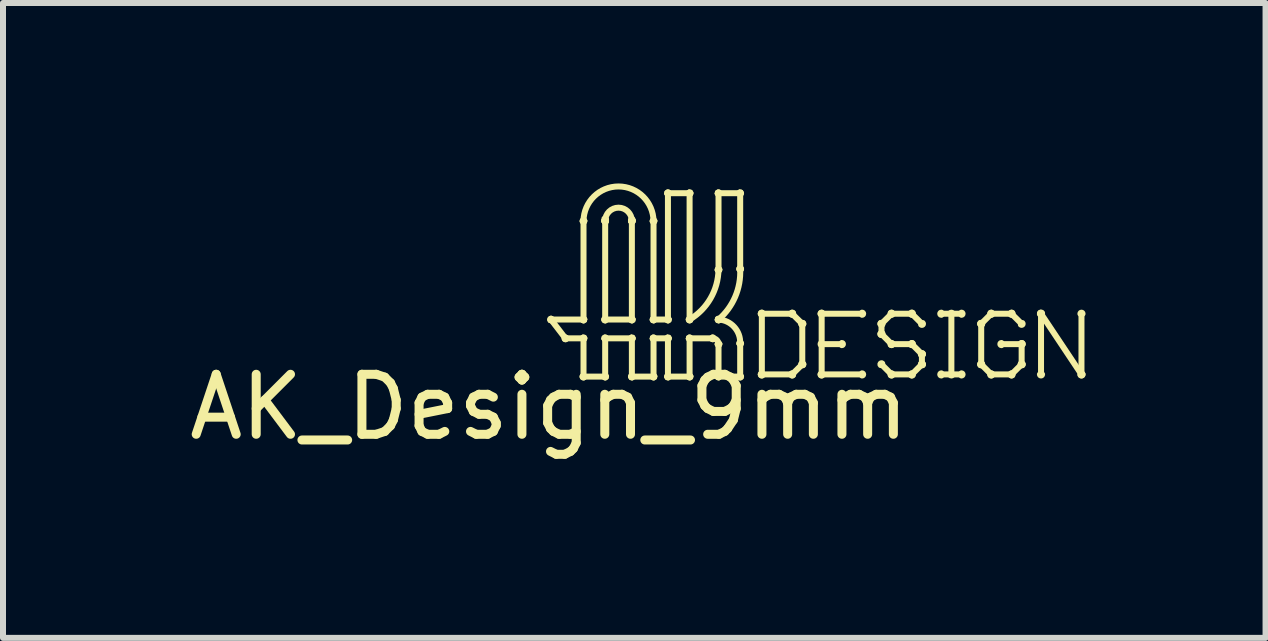
<source format=kicad_pcb>
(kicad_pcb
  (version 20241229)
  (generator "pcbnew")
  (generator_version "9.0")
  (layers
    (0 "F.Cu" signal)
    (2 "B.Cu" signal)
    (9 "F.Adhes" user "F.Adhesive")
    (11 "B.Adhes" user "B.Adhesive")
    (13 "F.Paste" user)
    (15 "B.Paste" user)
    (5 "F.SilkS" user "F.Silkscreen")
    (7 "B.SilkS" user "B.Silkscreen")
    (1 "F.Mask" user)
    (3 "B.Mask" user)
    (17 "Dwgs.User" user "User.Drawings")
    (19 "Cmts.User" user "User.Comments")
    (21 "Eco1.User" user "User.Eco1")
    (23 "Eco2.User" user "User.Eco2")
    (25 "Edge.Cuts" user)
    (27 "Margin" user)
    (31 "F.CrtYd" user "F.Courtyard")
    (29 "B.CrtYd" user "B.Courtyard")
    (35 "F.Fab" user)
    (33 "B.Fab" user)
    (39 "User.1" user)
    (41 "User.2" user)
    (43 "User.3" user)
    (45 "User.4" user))
  (footprint "AK_Design_9mm"
    (layer "F.Cu")
    (at 6.101 3.233)
    (property "Reference" "AK_Design_9mm" (at 0 0.5 0) (layer "F.SilkS") (effects (font (size 1 1) (thickness 0.15))))
    (attr through_hole)
    (fp_line (start 0.032 -0.957) (end 0.273 -0.644) (stroke (width 0.1) (type solid)) (layer "F.SilkS"))
    (fp_line (start 0.273 -0.644) (end 0.574 -0.644) (stroke (width 0.1) (type solid)) (layer "F.SilkS"))
    (fp_line (start 0.574 -2.6) (end 0.574 -0.957) (stroke (width 0.1) (type solid)) (layer "F.SilkS"))
    (fp_line (start 0.574 -0.957) (end 0.032 -0.957) (stroke (width 0.1) (type solid)) (layer "F.SilkS"))
    (fp_line (start 0.574 -0.644) (end 0.574 -0.007) (stroke (width 0.1) (type solid)) (layer "F.SilkS"))
    (fp_line (start 0.574 -0.007) (end 0.935 -0.007) (stroke (width 0.1) (type solid)) (layer "F.SilkS"))
    (fp_line (start 0.935 -2.6) (end 0.935 -2.63) (stroke (width 0.1) (type solid)) (layer "F.SilkS"))
    (fp_line (start 0.935 -0.957) (end 0.935 -2.6) (stroke (width 0.1) (type solid)) (layer "F.SilkS"))
    (fp_line (start 0.935 -0.644) (end 1.38 -0.644) (stroke (width 0.1) (type solid)) (layer "F.SilkS"))
    (fp_line (start 0.935 -0.007) (end 0.935 -0.644) (stroke (width 0.1) (type solid)) (layer "F.SilkS"))
    (fp_line (start 1.38 -2.618) (end 1.38 -2.6) (stroke (width 0.1) (type solid)) (layer "F.SilkS"))
    (fp_line (start 1.38 -2.6) (end 1.38 -0.957) (stroke (width 0.1) (type solid)) (layer "F.SilkS"))
    (fp_line (start 1.38 -0.957) (end 0.935 -0.957) (stroke (width 0.1) (type solid)) (layer "F.SilkS"))
    (fp_line (start 1.38 -0.644) (end 1.38 -0.007) (stroke (width 0.1) (type solid)) (layer "F.SilkS"))
    (fp_line (start 1.38 -0.007) (end 1.741 -0.007) (stroke (width 0.1) (type solid)) (layer "F.SilkS"))
    (fp_line (start 1.741 -0.957) (end 1.741 -2.6) (stroke (width 0.1) (type solid)) (layer "F.SilkS"))
    (fp_line (start 1.741 -0.644) (end 1.981 -0.644) (stroke (width 0.1) (type solid)) (layer "F.SilkS"))
    (fp_line (start 1.741 -0.007) (end 1.741 -0.644) (stroke (width 0.1) (type solid)) (layer "F.SilkS"))
    (fp_line (start 1.981 -3.063) (end 1.981 -0.957) (stroke (width 0.1) (type solid)) (layer "F.SilkS"))
    (fp_line (start 1.981 -0.957) (end 1.741 -0.957) (stroke (width 0.1) (type solid)) (layer "F.SilkS"))
    (fp_line (start 1.981 -0.644) (end 1.981 -0.007) (stroke (width 0.1) (type solid)) (layer "F.SilkS"))
    (fp_line (start 1.981 -0.007) (end 2.342 -0.007) (stroke (width 0.1) (type solid)) (layer "F.SilkS"))
    (fp_line (start 2.342 -3.063) (end 1.981 -3.063) (stroke (width 0.1) (type solid)) (layer "F.SilkS"))
    (fp_line (start 2.342 -0.957) (end 2.342 -3.063) (stroke (width 0.1) (type solid)) (layer "F.SilkS"))
    (fp_line (start 2.342 -0.644) (end 2.727 -0.644) (stroke (width 0.1) (type solid)) (layer "F.SilkS"))
    (fp_line (start 2.342 -0.007) (end 2.342 -0.644) (stroke (width 0.1) (type solid)) (layer "F.SilkS"))
    (fp_line (start 2.824 -3.063) (end 2.824 -1.787) (stroke (width 0.1) (type solid)) (layer "F.SilkS"))
    (fp_line (start 2.824 -0.548) (end 2.824 -0.007) (stroke (width 0.1) (type solid)) (layer "F.SilkS"))
    (fp_line (start 2.824 -0.007) (end 3.185 -0.007) (stroke (width 0.1) (type solid)) (layer "F.SilkS"))
    (fp_line (start 3.185 -3.063) (end 2.824 -3.063) (stroke (width 0.1) (type solid)) (layer "F.SilkS"))
    (fp_line (start 3.185 -1.799) (end 3.185 -3.063) (stroke (width 0.1) (type solid)) (layer "F.SilkS"))
    (fp_line (start 3.185 -0.007) (end 3.185 -0.56) (stroke (width 0.1) (type solid)) (layer "F.SilkS"))
    (fp_line (start 3.546 -1.054) (end 3.546 -0.043) (stroke (width 0.1) (type solid)) (layer "F.SilkS"))
    (fp_line (start 3.546 -0.043) (end 4.051 -0.043) (stroke (width 0.1) (type solid)) (layer "F.SilkS"))
    (fp_line (start 4.051 -1.054) (end 3.546 -1.054) (stroke (width 0.1) (type solid)) (layer "F.SilkS"))
    (fp_line (start 4.051 -0.043) (end 4.22 -0.211) (stroke (width 0.1) (type solid)) (layer "F.SilkS"))
    (fp_line (start 4.22 -0.886) (end 4.051 -1.054) (stroke (width 0.1) (type solid)) (layer "F.SilkS"))
    (fp_line (start 4.22 -0.211) (end 4.22 -0.886) (stroke (width 0.1) (type solid)) (layer "F.SilkS"))
    (fp_line (start 4.543 -1.054) (end 4.543 -0.043) (stroke (width 0.1) (type solid)) (layer "F.SilkS"))
    (fp_line (start 4.543 -0.548) (end 4.88 -0.548) (stroke (width 0.1) (type solid)) (layer "F.SilkS"))
    (fp_line (start 4.543 -0.043) (end 5.217 -0.043) (stroke (width 0.1) (type solid)) (layer "F.SilkS"))
    (fp_line (start 5.217 -1.054) (end 4.543 -1.054) (stroke (width 0.1) (type solid)) (layer "F.SilkS"))
    (fp_line (start 5.54 -0.886) (end 5.54 -0.717) (stroke (width 0.1) (type solid)) (layer "F.SilkS"))
    (fp_line (start 5.54 -0.717) (end 5.708 -0.548) (stroke (width 0.1) (type solid)) (layer "F.SilkS"))
    (fp_line (start 5.708 -1.054) (end 5.54 -0.886) (stroke (width 0.1) (type solid)) (layer "F.SilkS"))
    (fp_line (start 5.708 -0.548) (end 6.046 -0.548) (stroke (width 0.1) (type solid)) (layer "F.SilkS"))
    (fp_line (start 5.708 -0.043) (end 5.54 -0.211) (stroke (width 0.1) (type solid)) (layer "F.SilkS"))
    (fp_line (start 6.046 -1.054) (end 5.708 -1.054) (stroke (width 0.1) (type solid)) (layer "F.SilkS"))
    (fp_line (start 6.046 -0.548) (end 6.214 -0.38) (stroke (width 0.1) (type solid)) (layer "F.SilkS"))
    (fp_line (start 6.046 -0.043) (end 5.708 -0.043) (stroke (width 0.1) (type solid)) (layer "F.SilkS"))
    (fp_line (start 6.214 -0.886) (end 6.046 -1.054) (stroke (width 0.1) (type solid)) (layer "F.SilkS"))
    (fp_line (start 6.214 -0.38) (end 6.214 -0.211) (stroke (width 0.1) (type solid)) (layer "F.SilkS"))
    (fp_line (start 6.214 -0.211) (end 6.046 -0.043) (stroke (width 0.1) (type solid)) (layer "F.SilkS"))
    (fp_line (start 6.537 -1.054) (end 6.874 -1.054) (stroke (width 0.1) (type solid)) (layer "F.SilkS"))
    (fp_line (start 6.537 -0.043) (end 6.874 -0.043) (stroke (width 0.1) (type solid)) (layer "F.SilkS"))
    (fp_line (start 6.705 -0.043) (end 6.705 -1.054) (stroke (width 0.1) (type solid)) (layer "F.SilkS"))
    (fp_line (start 7.202 -0.886) (end 7.202 -0.211) (stroke (width 0.1) (type solid)) (layer "F.SilkS"))
    (fp_line (start 7.202 -0.211) (end 7.37 -0.043) (stroke (width 0.1) (type solid)) (layer "F.SilkS"))
    (fp_line (start 7.37 -1.054) (end 7.202 -0.886) (stroke (width 0.1) (type solid)) (layer "F.SilkS"))
    (fp_line (start 7.37 -0.043) (end 7.707 -0.043) (stroke (width 0.1) (type solid)) (layer "F.SilkS"))
    (fp_line (start 7.707 -1.054) (end 7.37 -1.054) (stroke (width 0.1) (type solid)) (layer "F.SilkS"))
    (fp_line (start 7.707 -0.043) (end 7.876 -0.211) (stroke (width 0.1) (type solid)) (layer "F.SilkS"))
    (fp_line (start 7.876 -0.886) (end 7.707 -1.054) (stroke (width 0.1) (type solid)) (layer "F.SilkS"))
    (fp_line (start 7.876 -0.548) (end 7.539 -0.548) (stroke (width 0.1) (type solid)) (layer "F.SilkS"))
    (fp_line (start 7.876 -0.211) (end 7.876 -0.548) (stroke (width 0.1) (type solid)) (layer "F.SilkS"))
    (fp_line (start 8.199 -1.054) (end 8.873 -0.043) (stroke (width 0.1) (type solid)) (layer "F.SilkS"))
    (fp_line (start 8.199 -0.043) (end 8.199 -1.054) (stroke (width 0.1) (type solid)) (layer "F.SilkS"))
    (fp_line (start 8.873 -0.043) (end 8.873 -1.054) (stroke (width 0.1) (type solid)) (layer "F.SilkS"))
    (fp_arc (start 0.020267 -0.947965) (mid 0.023014 -0.969092) (end 0.044141 -0.966345) (stroke (width 0.099998) (type solid)) (layer "F.SilkS"))
    (fp_arc (start 0.032204 -0.942091) (mid 0.01714 -0.957155) (end 0.032204 -0.972219) (stroke (width 0.099998) (type solid)) (layer "F.SilkS"))
    (fp_arc (start 0.272843 -0.629307) (mid 0.257803 -0.644347) (end 0.272843 -0.659387) (stroke (width 0.099998) (type solid)) (layer "F.SilkS"))
    (fp_arc (start 0.28478 -0.653512) (mid 0.282032 -0.632386) (end 0.260906 -0.635134) (stroke (width 0.099998) (type solid)) (layer "F.SilkS"))
    (fp_arc (start 0.558626 -2.59952) (mid 0.573666 -2.61456) (end 0.588706 -2.59952) (stroke (width 0.099998) (type solid)) (layer "F.SilkS"))
    (fp_arc (start 0.558626 -0.644323) (mid 0.573666 -0.659363) (end 0.588706 -0.644323) (stroke (width 0.099998) (type solid)) (layer "F.SilkS"))
    (fp_arc (start 0.573643 -2.59952) (mid 1.157194 -3.183071) (end 1.740745 -2.59952) (stroke (width 0.099998) (type solid)) (layer "F.SilkS"))
    (fp_arc (start 0.573643 -0.972219) (mid 0.588707 -0.957155) (end 0.573643 -0.942091) (stroke (width 0.099998) (type solid)) (layer "F.SilkS"))
    (fp_arc (start 0.573643 -0.659387) (mid 0.588683 -0.644347) (end 0.573643 -0.629307) (stroke (width 0.099998) (type solid)) (layer "F.SilkS"))
    (fp_arc (start 0.573643 0.008436) (mid 0.558579 -0.006628) (end 0.573643 -0.021692) (stroke (width 0.099998) (type solid)) (layer "F.SilkS"))
    (fp_arc (start 0.588705 -2.59952) (mid 0.573666 -2.584481) (end 0.558627 -2.59952) (stroke (width 0.099998) (type solid)) (layer "F.SilkS"))
    (fp_arc (start 0.588705 -0.957155) (mid 0.573666 -0.942116) (end 0.558627 -0.957155) (stroke (width 0.099998) (type solid)) (layer "F.SilkS"))
    (fp_arc (start 0.588705 -0.006628) (mid 0.573666 0.008411) (end 0.558627 -0.006628) (stroke (width 0.099998) (type solid)) (layer "F.SilkS"))
    (fp_arc (start 0.919586 -2.6296) (mid 0.934626 -2.64464) (end 0.949666 -2.6296) (stroke (width 0.099998) (type solid)) (layer "F.SilkS"))
    (fp_arc (start 0.919586 -2.59952) (mid 0.934626 -2.61456) (end 0.949666 -2.59952) (stroke (width 0.099998) (type solid)) (layer "F.SilkS"))
    (fp_arc (start 0.919586 -0.644323) (mid 0.934626 -0.659363) (end 0.949666 -0.644323) (stroke (width 0.099998) (type solid)) (layer "F.SilkS"))
    (fp_arc (start 0.934602 -0.942091) (mid 0.919538 -0.957155) (end 0.934602 -0.972219) (stroke (width 0.099998) (type solid)) (layer "F.SilkS"))
    (fp_arc (start 0.934602 -0.629307) (mid 0.919562 -0.644347) (end 0.934602 -0.659387) (stroke (width 0.099998) (type solid)) (layer "F.SilkS"))
    (fp_arc (start 0.934602 -0.021691) (mid 0.949665 -0.006628) (end 0.934602 0.008435) (stroke (width 0.099998) (type solid)) (layer "F.SilkS"))
    (fp_arc (start 0.934603 -2.59952) (mid 1.157194 -2.822111) (end 1.379785 -2.59952) (stroke (width 0.099998) (type solid)) (layer "F.SilkS"))
    (fp_arc (start 0.949666 -2.59952) (mid 0.934626 -2.58448) (end 0.919586 -2.59952) (stroke (width 0.099998) (type solid)) (layer "F.SilkS"))
    (fp_arc (start 0.949666 -2.59952) (mid 0.934626 -2.58448) (end 0.919586 -2.59952) (stroke (width 0.099998) (type solid)) (layer "F.SilkS"))
    (fp_arc (start 0.949666 -0.957155) (mid 0.934626 -0.942115) (end 0.919586 -0.957155) (stroke (width 0.099998) (type solid)) (layer "F.SilkS"))
    (fp_arc (start 0.949666 -0.006628) (mid 0.934626 0.008412) (end 0.919586 -0.006628) (stroke (width 0.099998) (type solid)) (layer "F.SilkS"))
    (fp_arc (start 1.364769 -2.617568) (mid 1.379809 -2.632608) (end 1.394849 -2.617568) (stroke (width 0.099998) (type solid)) (layer "F.SilkS"))
    (fp_arc (start 1.364769 -2.59952) (mid 1.379809 -2.61456) (end 1.394849 -2.59952) (stroke (width 0.099998) (type solid)) (layer "F.SilkS"))
    (fp_arc (start 1.364769 -0.644323) (mid 1.379809 -0.659363) (end 1.394849 -0.644323) (stroke (width 0.099998) (type solid)) (layer "F.SilkS"))
    (fp_arc (start 1.379785 -0.972219) (mid 1.394849 -0.957155) (end 1.379785 -0.942091) (stroke (width 0.099998) (type solid)) (layer "F.SilkS"))
    (fp_arc (start 1.379785 -0.659387) (mid 1.394825 -0.644347) (end 1.379785 -0.629307) (stroke (width 0.099998) (type solid)) (layer "F.SilkS"))
    (fp_arc (start 1.379785 0.008436) (mid 1.364721 -0.006628) (end 1.379785 -0.021692) (stroke (width 0.099998) (type solid)) (layer "F.SilkS"))
    (fp_arc (start 1.394849 -2.59952) (mid 1.379809 -2.58448) (end 1.364769 -2.59952) (stroke (width 0.099998) (type solid)) (layer "F.SilkS"))
    (fp_arc (start 1.394849 -2.59952) (mid 1.379809 -2.58448) (end 1.364769 -2.59952) (stroke (width 0.099998) (type solid)) (layer "F.SilkS"))
    (fp_arc (start 1.394849 -0.957155) (mid 1.379809 -0.942115) (end 1.364769 -0.957155) (stroke (width 0.099998) (type solid)) (layer "F.SilkS"))
    (fp_arc (start 1.394849 -0.006628) (mid 1.379809 0.008412) (end 1.364769 -0.006628) (stroke (width 0.099998) (type solid)) (layer "F.SilkS"))
    (fp_arc (start 1.725729 -2.59952) (mid 1.740745 -2.614536) (end 1.755761 -2.59952) (stroke (width 0.099998) (type solid)) (layer "F.SilkS"))
    (fp_arc (start 1.725729 -0.644323) (mid 1.740745 -0.659339) (end 1.755761 -0.644323) (stroke (width 0.099998) (type solid)) (layer "F.SilkS"))
    (fp_arc (start 1.740745 -0.942091) (mid 1.725681 -0.957155) (end 1.740745 -0.972219) (stroke (width 0.099998) (type solid)) (layer "F.SilkS"))
    (fp_arc (start 1.740745 -0.629307) (mid 1.725705 -0.644347) (end 1.740745 -0.659387) (stroke (width 0.099998) (type solid)) (layer "F.SilkS"))
    (fp_arc (start 1.740745 -0.021691) (mid 1.755808 -0.006628) (end 1.740745 0.008435) (stroke (width 0.099998) (type solid)) (layer "F.SilkS"))
    (fp_arc (start 1.755761 -2.59952) (mid 1.740745 -2.584504) (end 1.725729 -2.59952) (stroke (width 0.099998) (type solid)) (layer "F.SilkS"))
    (fp_arc (start 1.755761 -0.957155) (mid 1.740745 -0.942139) (end 1.725729 -0.957155) (stroke (width 0.099998) (type solid)) (layer "F.SilkS"))
    (fp_arc (start 1.755761 -0.006628) (mid 1.740745 0.008388) (end 1.725729 -0.006628) (stroke (width 0.099998) (type solid)) (layer "F.SilkS"))
    (fp_arc (start 1.966367 -3.062751) (mid 1.981384 -3.077768) (end 1.996401 -3.062751) (stroke (width 0.099998) (type solid)) (layer "F.SilkS"))
    (fp_arc (start 1.966367 -0.644323) (mid 1.981384 -0.65934) (end 1.996401 -0.644323) (stroke (width 0.099998) (type solid)) (layer "F.SilkS"))
    (fp_arc (start 1.981384 -3.047734) (mid 1.966367 -3.062751) (end 1.981384 -3.077768) (stroke (width 0.099998) (type solid)) (layer "F.SilkS"))
    (fp_arc (start 1.981384 -0.972219) (mid 1.996448 -0.957155) (end 1.981384 -0.942091) (stroke (width 0.099998) (type solid)) (layer "F.SilkS"))
    (fp_arc (start 1.981384 -0.659387) (mid 1.996424 -0.644347) (end 1.981384 -0.629307) (stroke (width 0.099998) (type solid)) (layer "F.SilkS"))
    (fp_arc (start 1.981384 0.008436) (mid 1.96632 -0.006628) (end 1.981384 -0.021692) (stroke (width 0.099998) (type solid)) (layer "F.SilkS"))
    (fp_arc (start 1.9964 -0.957155) (mid 1.981384 -0.942139) (end 1.966368 -0.957155) (stroke (width 0.099998) (type solid)) (layer "F.SilkS"))
    (fp_arc (start 1.9964 -0.006628) (mid 1.981384 0.008388) (end 1.966368 -0.006628) (stroke (width 0.099998) (type solid)) (layer "F.SilkS"))
    (fp_arc (start 2.327328 -3.062751) (mid 2.342344 -3.077767) (end 2.35736 -3.062751) (stroke (width 0.099998) (type solid)) (layer "F.SilkS"))
    (fp_arc (start 2.327328 -0.644323) (mid 2.342344 -0.659339) (end 2.35736 -0.644323) (stroke (width 0.099998) (type solid)) (layer "F.SilkS"))
    (fp_arc (start 2.342344 -3.077767) (mid 2.35736 -3.062751) (end 2.342344 -3.047735) (stroke (width 0.099998) (type solid)) (layer "F.SilkS"))
    (fp_arc (start 2.342344 -0.629307) (mid 2.327304 -0.644347) (end 2.342344 -0.659387) (stroke (width 0.099998) (type solid)) (layer "F.SilkS"))
    (fp_arc (start 2.342344 -0.021691) (mid 2.357407 -0.006628) (end 2.342344 0.008435) (stroke (width 0.099998) (type solid)) (layer "F.SilkS"))
    (fp_arc (start 2.350018 -0.944223) (mid 2.329412 -0.949481) (end 2.33467 -0.970087) (stroke (width 0.099998) (type solid)) (layer "F.SilkS"))
    (fp_arc (start 2.35736 -0.957155) (mid 2.342344 -0.942139) (end 2.327328 -0.957155) (stroke (width 0.099998) (type solid)) (layer "F.SilkS"))
    (fp_arc (start 2.35736 -0.006628) (mid 2.342344 0.008388) (end 2.327328 -0.006628) (stroke (width 0.099998) (type solid)) (layer "F.SilkS"))
    (fp_arc (start 2.727366 -0.644323) (mid 2.795429 -0.61613) (end 2.823623 -0.548068) (stroke (width 0.099998) (type solid)) (layer "F.SilkS"))
    (fp_arc (start 2.727367 -0.659387) (mid 2.742407 -0.644347) (end 2.727367 -0.629307) (stroke (width 0.099998) (type solid)) (layer "F.SilkS"))
    (fp_arc (start 2.727367 -0.629307) (mid 2.712327 -0.644347) (end 2.727367 -0.659387) (stroke (width 0.099998) (type solid)) (layer "F.SilkS"))
    (fp_arc (start 2.808607 -3.062751) (mid 2.823623 -3.077767) (end 2.838639 -3.062751) (stroke (width 0.099998) (type solid)) (layer "F.SilkS"))
    (fp_arc (start 2.808607 -1.787597) (mid 2.823859 -1.802377) (end 2.838639 -1.787125) (stroke (width 0.099998) (type solid)) (layer "F.SilkS"))
    (fp_arc (start 2.808607 -0.548068) (mid 2.823623 -0.563084) (end 2.838639 -0.548068) (stroke (width 0.099998) (type solid)) (layer "F.SilkS"))
    (fp_arc (start 2.822912 -0.942139) (mid 2.808607 -0.957866) (end 2.824334 -0.972171) (stroke (width 0.099998) (type solid)) (layer "F.SilkS"))
    (fp_arc (start 2.823623 -3.047734) (mid 2.808606 -3.062751) (end 2.823623 -3.077768) (stroke (width 0.099998) (type solid)) (layer "F.SilkS"))
    (fp_arc (start 2.823623 -1.787362) (mid 2.69091 -1.309692) (end 2.342344 -0.957155) (stroke (width 0.099998) (type solid)) (layer "F.SilkS"))
    (fp_arc (start 2.823623 -0.957154) (mid 3.086332 -0.833382) (end 3.184582 -0.5601) (stroke (width 0.099998) (type solid)) (layer "F.SilkS"))
    (fp_arc (start 2.823623 0.008436) (mid 2.808559 -0.006628) (end 2.823623 -0.021692) (stroke (width 0.099998) (type solid)) (layer "F.SilkS"))
    (fp_arc (start 2.833429 -0.945739) (mid 2.812207 -0.947349) (end 2.813817 -0.968571) (stroke (width 0.099998) (type solid)) (layer "F.SilkS"))
    (fp_arc (start 2.838639 -1.787362) (mid 2.823623 -1.772346) (end 2.808607 -1.787362) (stroke (width 0.099998) (type solid)) (layer "F.SilkS"))
    (fp_arc (start 2.838639 -0.548068) (mid 2.823623 -0.533052) (end 2.808607 -0.548068) (stroke (width 0.099998) (type solid)) (layer "F.SilkS"))
    (fp_arc (start 2.838639 -0.006628) (mid 2.823623 0.008388) (end 2.808607 -0.006628) (stroke (width 0.099998) (type solid)) (layer "F.SilkS"))
    (fp_arc (start 3.169565 -1.798635) (mid 3.183824 -1.81441) (end 3.199599 -1.800151) (stroke (width 0.099998) (type solid)) (layer "F.SilkS"))
    (fp_arc (start 3.169566 -3.062751) (mid 3.184606 -3.077791) (end 3.199646 -3.062751) (stroke (width 0.099998) (type solid)) (layer "F.SilkS"))
    (fp_arc (start 3.169566 -0.5601) (mid 3.184606 -0.57514) (end 3.199646 -0.5601) (stroke (width 0.099998) (type solid)) (layer "F.SilkS"))
    (fp_arc (start 3.184582 -3.077767) (mid 3.199598 -3.062751) (end 3.184582 -3.047735) (stroke (width 0.099998) (type solid)) (layer "F.SilkS"))
    (fp_arc (start 3.184582 -1.799393) (mid 3.101718 -1.336439) (end 2.823623 -0.957155) (stroke (width 0.099998) (type solid)) (layer "F.SilkS"))
    (fp_arc (start 3.184582 -0.021691) (mid 3.199645 -0.006628) (end 3.184582 0.008435) (stroke (width 0.099998) (type solid)) (layer "F.SilkS"))
    (fp_arc (start 3.199598 -0.55939) (mid 3.183872 -0.545084) (end 3.169566 -0.56081) (stroke (width 0.099998) (type solid)) (layer "F.SilkS"))
    (fp_arc (start 3.199646 -1.799393) (mid 3.184606 -1.784353) (end 3.169566 -1.799393) (stroke (width 0.099998) (type solid)) (layer "F.SilkS"))
    (fp_arc (start 3.199646 -0.006628) (mid 3.184606 0.008412) (end 3.169566 -0.006628) (stroke (width 0.099998) (type solid)) (layer "F.SilkS"))
    (fp_arc (start 3.527494 -1.054263) (mid 3.545542 -1.072311) (end 3.56359 -1.054263) (stroke (width 0.099998) (type solid)) (layer "F.SilkS"))
    (fp_arc (start 3.545542 -1.036215) (mid 3.527494 -1.054263) (end 3.545542 -1.072311) (stroke (width 0.099998) (type solid)) (layer "F.SilkS"))
    (fp_arc (start 3.545542 -0.024676) (mid 3.527494 -0.042724) (end 3.545542 -0.060772) (stroke (width 0.099998) (type solid)) (layer "F.SilkS"))
    (fp_arc (start 3.56359 -0.042724) (mid 3.545542 -0.024676) (end 3.527494 -0.042724) (stroke (width 0.099998) (type solid)) (layer "F.SilkS"))
    (fp_arc (start 4.038569 -1.041521) (mid 4.038569 -1.067053) (end 4.064101 -1.067053) (stroke (width 0.099998) (type solid)) (layer "F.SilkS"))
    (fp_arc (start 4.051311 -1.072311) (mid 4.069359 -1.054263) (end 4.051311 -1.036215) (stroke (width 0.099998) (type solid)) (layer "F.SilkS"))
    (fp_arc (start 4.051311 -0.060772) (mid 4.069359 -0.042724) (end 4.051311 -0.024676) (stroke (width 0.099998) (type solid)) (layer "F.SilkS"))
    (fp_arc (start 4.064101 -0.029981) (mid 4.038592 -0.029958) (end 4.038569 -0.055467) (stroke (width 0.099998) (type solid)) (layer "F.SilkS"))
    (fp_arc (start 4.201853 -0.885674) (mid 4.219901 -0.903722) (end 4.237949 -0.885674) (stroke (width 0.099998) (type solid)) (layer "F.SilkS"))
    (fp_arc (start 4.207159 -0.224056) (mid 4.232667 -0.22408) (end 4.232691 -0.198572) (stroke (width 0.099998) (type solid)) (layer "F.SilkS"))
    (fp_arc (start 4.232691 -0.898463) (mid 4.232691 -0.872931) (end 4.207159 -0.872931) (stroke (width 0.099998) (type solid)) (layer "F.SilkS"))
    (fp_arc (start 4.237949 -0.211314) (mid 4.219901 -0.193266) (end 4.201853 -0.211314) (stroke (width 0.099998) (type solid)) (layer "F.SilkS"))
    (fp_arc (start 4.524585 -1.054263) (mid 4.542633 -1.072311) (end 4.560681 -1.054263) (stroke (width 0.099998) (type solid)) (layer "F.SilkS"))
    (fp_arc (start 4.542633 -1.036215) (mid 4.524585 -1.054263) (end 4.542633 -1.072311) (stroke (width 0.099998) (type solid)) (layer "F.SilkS"))
    (fp_arc (start 4.542633 -0.530446) (mid 4.524585 -0.548494) (end 4.542633 -0.566542) (stroke (width 0.099998) (type solid)) (layer "F.SilkS"))
    (fp_arc (start 4.542633 -0.024676) (mid 4.524585 -0.042724) (end 4.542633 -0.060772) (stroke (width 0.099998) (type solid)) (layer "F.SilkS"))
    (fp_arc (start 4.560681 -0.042724) (mid 4.542633 -0.024676) (end 4.524585 -0.042724) (stroke (width 0.099998) (type solid)) (layer "F.SilkS"))
    (fp_arc (start 4.879813 -0.566542) (mid 4.897861 -0.548494) (end 4.879813 -0.530446) (stroke (width 0.099998) (type solid)) (layer "F.SilkS"))
    (fp_arc (start 5.216992 -1.072311) (mid 5.23504 -1.054263) (end 5.216992 -1.036215) (stroke (width 0.099998) (type solid)) (layer "F.SilkS"))
    (fp_arc (start 5.216992 -0.060772) (mid 5.23504 -0.042724) (end 5.216992 -0.024676) (stroke (width 0.099998) (type solid)) (layer "F.SilkS"))
    (fp_arc (start 5.521676 -0.885674) (mid 5.539724 -0.903722) (end 5.557772 -0.885674) (stroke (width 0.099998) (type solid)) (layer "F.SilkS"))
    (fp_arc (start 5.526982 -0.70434) (mid 5.526981 -0.729873) (end 5.552514 -0.729874) (stroke (width 0.099998) (type solid)) (layer "F.SilkS"))
    (fp_arc (start 5.526982 -0.198571) (mid 5.527005 -0.22408) (end 5.552514 -0.224057) (stroke (width 0.099998) (type solid)) (layer "F.SilkS"))
    (fp_arc (start 5.552514 -0.872931) (mid 5.526982 -0.872931) (end 5.526982 -0.898463) (stroke (width 0.099998) (type solid)) (layer "F.SilkS"))
    (fp_arc (start 5.557772 -0.717084) (mid 5.539724 -0.699036) (end 5.521676 -0.717084) (stroke (width 0.099998) (type solid)) (layer "F.SilkS"))
    (fp_arc (start 5.695572 -1.067053) (mid 5.721104 -1.067053) (end 5.721104 -1.041521) (stroke (width 0.099998) (type solid)) (layer "F.SilkS"))
    (fp_arc (start 5.708314 -1.036215) (mid 5.690266 -1.054263) (end 5.708314 -1.072311) (stroke (width 0.099998) (type solid)) (layer "F.SilkS"))
    (fp_arc (start 5.708314 -0.530446) (mid 5.690266 -0.548494) (end 5.708314 -0.566542) (stroke (width 0.099998) (type solid)) (layer "F.SilkS"))
    (fp_arc (start 5.708314 -0.024676) (mid 5.690266 -0.042724) (end 5.708314 -0.060772) (stroke (width 0.099998) (type solid)) (layer "F.SilkS"))
    (fp_arc (start 5.721105 -0.561285) (mid 5.721105 -0.535751) (end 5.695571 -0.535751) (stroke (width 0.099998) (type solid)) (layer "F.SilkS"))
    (fp_arc (start 5.721105 -0.055466) (mid 5.72108 -0.029957) (end 5.695571 -0.029982) (stroke (width 0.099998) (type solid)) (layer "F.SilkS"))
    (fp_arc (start 6.03275 -1.041521) (mid 6.032751 -1.067054) (end 6.058284 -1.067053) (stroke (width 0.099998) (type solid)) (layer "F.SilkS"))
    (fp_arc (start 6.03275 -0.535752) (mid 6.032751 -0.561285) (end 6.058284 -0.561284) (stroke (width 0.099998) (type solid)) (layer "F.SilkS"))
    (fp_arc (start 6.045541 -1.072311) (mid 6.063589 -1.054263) (end 6.045541 -1.036215) (stroke (width 0.099998) (type solid)) (layer "F.SilkS"))
    (fp_arc (start 6.045541 -0.566542) (mid 6.063589 -0.548494) (end 6.045541 -0.530446) (stroke (width 0.099998) (type solid)) (layer "F.SilkS"))
    (fp_arc (start 6.045541 -0.060772) (mid 6.063589 -0.042724) (end 6.045541 -0.024676) (stroke (width 0.099998) (type solid)) (layer "F.SilkS"))
    (fp_arc (start 6.058283 -0.029981) (mid 6.032774 -0.029958) (end 6.032751 -0.055467) (stroke (width 0.099998) (type solid)) (layer "F.SilkS"))
    (fp_arc (start 6.196083 -0.379904) (mid 6.214131 -0.397952) (end 6.232179 -0.379904) (stroke (width 0.099998) (type solid)) (layer "F.SilkS"))
    (fp_arc (start 6.201341 -0.224056) (mid 6.226849 -0.22408) (end 6.226873 -0.198572) (stroke (width 0.099998) (type solid)) (layer "F.SilkS"))
    (fp_arc (start 6.226873 -0.898463) (mid 6.226873 -0.872931) (end 6.201341 -0.872931) (stroke (width 0.099998) (type solid)) (layer "F.SilkS"))
    (fp_arc (start 6.226873 -0.392646) (mid 6.226849 -0.367138) (end 6.201341 -0.367162) (stroke (width 0.099998) (type solid)) (layer "F.SilkS"))
    (fp_arc (start 6.232179 -0.211314) (mid 6.214131 -0.193266) (end 6.196083 -0.211314) (stroke (width 0.099998) (type solid)) (layer "F.SilkS"))
    (fp_arc (start 6.536863 -1.036215) (mid 6.518815 -1.054263) (end 6.536863 -1.072311) (stroke (width 0.099998) (type solid)) (layer "F.SilkS"))
    (fp_arc (start 6.536863 -0.024676) (mid 6.518815 -0.042724) (end 6.536863 -0.060772) (stroke (width 0.099998) (type solid)) (layer "F.SilkS"))
    (fp_arc (start 6.687404 -1.054263) (mid 6.705452 -1.072311) (end 6.7235 -1.054263) (stroke (width 0.099998) (type solid)) (layer "F.SilkS"))
    (fp_arc (start 6.7235 -0.042724) (mid 6.705452 -0.024676) (end 6.687404 -0.042724) (stroke (width 0.099998) (type solid)) (layer "F.SilkS"))
    (fp_arc (start 6.874042 -1.072311) (mid 6.89209 -1.054263) (end 6.874042 -1.036215) (stroke (width 0.099998) (type solid)) (layer "F.SilkS"))
    (fp_arc (start 6.874042 -0.060772) (mid 6.89209 -0.042724) (end 6.874042 -0.024676) (stroke (width 0.099998) (type solid)) (layer "F.SilkS"))
    (fp_arc (start 7.18351 -0.885674) (mid 7.201558 -0.903722) (end 7.219606 -0.885674) (stroke (width 0.099998) (type solid)) (layer "F.SilkS"))
    (fp_arc (start 7.188816 -0.198571) (mid 7.188839 -0.22408) (end 7.214348 -0.224057) (stroke (width 0.099998) (type solid)) (layer "F.SilkS"))
    (fp_arc (start 7.214348 -0.872931) (mid 7.188816 -0.872931) (end 7.188816 -0.898463) (stroke (width 0.099998) (type solid)) (layer "F.SilkS"))
    (fp_arc (start 7.219606 -0.211314) (mid 7.201558 -0.193266) (end 7.18351 -0.211314) (stroke (width 0.099998) (type solid)) (layer "F.SilkS"))
    (fp_arc (start 7.357406 -1.067053) (mid 7.382938 -1.067053) (end 7.382938 -1.041521) (stroke (width 0.099998) (type solid)) (layer "F.SilkS"))
    (fp_arc (start 7.370148 -1.036215) (mid 7.3521 -1.054263) (end 7.370148 -1.072311) (stroke (width 0.099998) (type solid)) (layer "F.SilkS"))
    (fp_arc (start 7.370148 -0.024676) (mid 7.3521 -0.042724) (end 7.370148 -0.060772) (stroke (width 0.099998) (type solid)) (layer "F.SilkS"))
    (fp_arc (start 7.382938 -0.055466) (mid 7.382914 -0.029958) (end 7.357406 -0.029982) (stroke (width 0.099998) (type solid)) (layer "F.SilkS"))
    (fp_arc (start 7.538738 -0.530446) (mid 7.52069 -0.548494) (end 7.538738 -0.566542) (stroke (width 0.099998) (type solid)) (layer "F.SilkS"))
    (fp_arc (start 7.694586 -1.041521) (mid 7.694586 -1.067053) (end 7.720118 -1.067053) (stroke (width 0.099998) (type solid)) (layer "F.SilkS"))
    (fp_arc (start 7.707328 -1.072311) (mid 7.725376 -1.054263) (end 7.707328 -1.036215) (stroke (width 0.099998) (type solid)) (layer "F.SilkS"))
    (fp_arc (start 7.707328 -0.060772) (mid 7.725376 -0.042724) (end 7.707328 -0.024676) (stroke (width 0.099998) (type solid)) (layer "F.SilkS"))
    (fp_arc (start 7.720119 -0.029981) (mid 7.694609 -0.029957) (end 7.694585 -0.055467) (stroke (width 0.099998) (type solid)) (layer "F.SilkS"))
    (fp_arc (start 7.857917 -0.548494) (mid 7.875965 -0.566542) (end 7.894013 -0.548494) (stroke (width 0.099998) (type solid)) (layer "F.SilkS"))
    (fp_arc (start 7.863174 -0.224056) (mid 7.888683 -0.224081) (end 7.888708 -0.198572) (stroke (width 0.099998) (type solid)) (layer "F.SilkS"))
    (fp_arc (start 7.875965 -0.566542) (mid 7.894013 -0.548494) (end 7.875965 -0.530446) (stroke (width 0.099998) (type solid)) (layer "F.SilkS"))
    (fp_arc (start 7.888707 -0.898463) (mid 7.888707 -0.872931) (end 7.863175 -0.872931) (stroke (width 0.099998) (type solid)) (layer "F.SilkS"))
    (fp_arc (start 7.894013 -0.211314) (mid 7.875965 -0.193266) (end 7.857917 -0.211314) (stroke (width 0.099998) (type solid)) (layer "F.SilkS"))
    (fp_arc (start 8.180649 -1.054263) (mid 8.198697 -1.072311) (end 8.216745 -1.054263) (stroke (width 0.099998) (type solid)) (layer "F.SilkS"))
    (fp_arc (start 8.183681 -1.044268) (mid 8.188678 -1.069303) (end 8.213713 -1.064306) (stroke (width 0.099998) (type solid)) (layer "F.SilkS"))
    (fp_arc (start 8.216745 -0.042724) (mid 8.198697 -0.024676) (end 8.180649 -0.042724) (stroke (width 0.099998) (type solid)) (layer "F.SilkS"))
    (fp_arc (start 8.855008 -1.054263) (mid 8.873056 -1.072311) (end 8.891104 -1.054263) (stroke (width 0.099998) (type solid)) (layer "F.SilkS"))
    (fp_arc (start 8.888072 -0.052719) (mid 8.883051 -0.027708) (end 8.85804 -0.032729) (stroke (width 0.099998) (type solid)) (layer "F.SilkS"))
    (fp_arc (start 8.891104 -0.042724) (mid 8.873056 -0.024676) (end 8.855008 -0.042724) (stroke (width 0.099998) (type solid)) (layer "F.SilkS")))
  (gr_rect
    (start -3 -3)
    (end 18.042 7.581)
    (stroke (width 0.1) (type default))
    (fill no)
    (layer "Edge.Cuts")))
</source>
